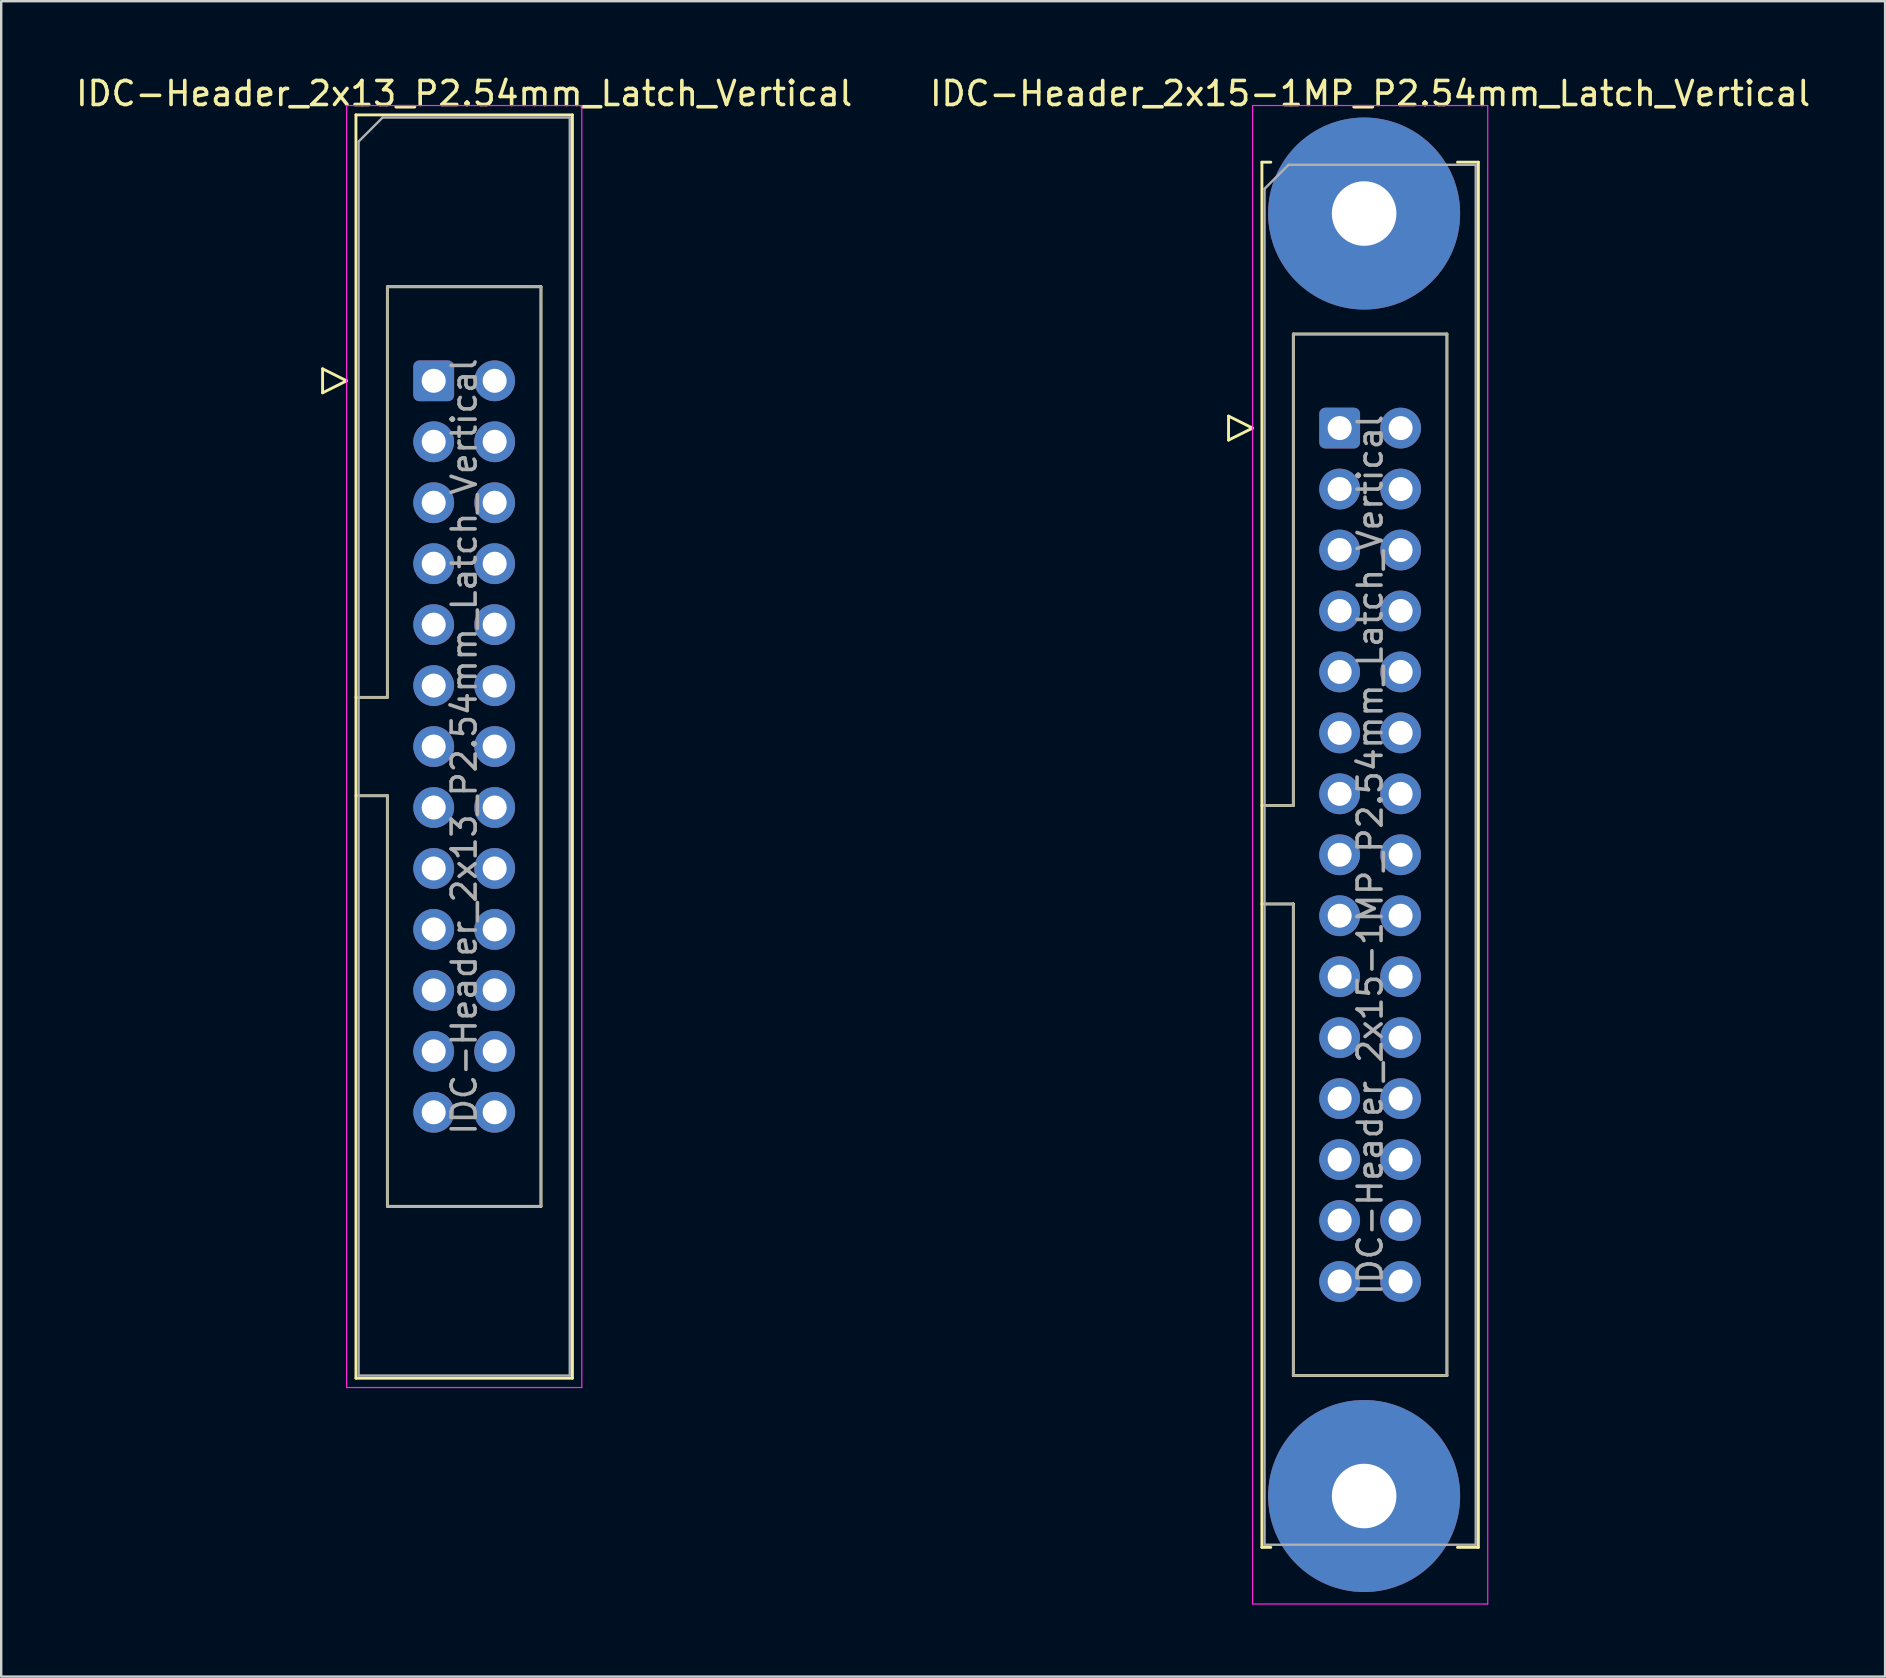
<source format=kicad_pcb>
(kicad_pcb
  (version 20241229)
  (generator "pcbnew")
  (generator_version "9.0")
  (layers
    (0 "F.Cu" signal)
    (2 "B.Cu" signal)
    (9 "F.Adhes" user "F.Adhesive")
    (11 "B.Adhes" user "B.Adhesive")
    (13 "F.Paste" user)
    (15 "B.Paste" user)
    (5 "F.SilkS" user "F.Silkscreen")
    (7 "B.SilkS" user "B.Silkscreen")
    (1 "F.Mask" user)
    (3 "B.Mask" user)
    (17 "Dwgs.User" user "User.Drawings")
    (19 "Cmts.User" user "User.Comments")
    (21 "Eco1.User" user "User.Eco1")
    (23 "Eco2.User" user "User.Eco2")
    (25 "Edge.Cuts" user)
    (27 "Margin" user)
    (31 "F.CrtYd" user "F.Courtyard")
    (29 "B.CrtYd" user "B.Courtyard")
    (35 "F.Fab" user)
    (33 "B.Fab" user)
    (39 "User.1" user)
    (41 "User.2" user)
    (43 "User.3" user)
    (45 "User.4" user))
  (footprint "IDC-Header_2x15-1MP_P2.54mm_Latch_Vertical"
    (layer "F.Cu")
    (at 52.772 14.788)
    (property "Reference" "IDC-Header_2x15-1MP_P2.54mm_Latch_Vertical" (at 1.27 -13.94 0) (layer "F.SilkS") (effects (font (size 1 1) (thickness 0.15))))
    (attr through_hole)
    (fp_line (start -4.63 -0.5) (end -4.63 0.5) (stroke (width 0.12) (type solid)) (layer "F.SilkS"))
    (fp_line (start -4.63 0.5) (end -3.63 0) (stroke (width 0.12) (type solid)) (layer "F.SilkS"))
    (fp_line (start -3.63 0) (end -4.63 -0.5) (stroke (width 0.12) (type solid)) (layer "F.SilkS"))
    (fp_line (start -3.24 -11.08) (end -3.24 46.64) (stroke (width 0.12) (type solid)) (layer "F.SilkS"))
    (fp_line (start -3.24 15.73) (end -1.93 15.73) (stroke (width 0.12) (type solid)) (layer "F.SilkS"))
    (fp_line (start -3.24 46.64) (end -2.87 46.64) (stroke (width 0.12) (type solid)) (layer "F.SilkS"))
    (fp_line (start -2.87 -11.08) (end -3.24 -11.08) (stroke (width 0.12) (type solid)) (layer "F.SilkS"))
    (fp_line (start -1.93 -3.92) (end 4.47 -3.92) (stroke (width 0.12) (type solid)) (layer "F.SilkS"))
    (fp_line (start -1.93 15.73) (end -1.93 -3.92) (stroke (width 0.12) (type solid)) (layer "F.SilkS"))
    (fp_line (start -1.93 19.83) (end -3.24 19.83) (stroke (width 0.12) (type solid)) (layer "F.SilkS"))
    (fp_line (start -1.93 19.83) (end -1.93 19.83) (stroke (width 0.12) (type solid)) (layer "F.SilkS"))
    (fp_line (start -1.93 39.48) (end -1.93 19.83) (stroke (width 0.12) (type solid)) (layer "F.SilkS"))
    (fp_line (start 4.47 -3.92) (end 4.47 39.48) (stroke (width 0.12) (type solid)) (layer "F.SilkS"))
    (fp_line (start 4.47 39.48) (end -1.93 39.48) (stroke (width 0.12) (type solid)) (layer "F.SilkS"))
    (fp_line (start 4.91 -11.08) (end 5.78 -11.08) (stroke (width 0.12) (type solid)) (layer "F.SilkS"))
    (fp_line (start 5.78 -11.08) (end 5.78 46.64) (stroke (width 0.12) (type solid)) (layer "F.SilkS"))
    (fp_line (start 5.78 46.64) (end 4.91 46.64) (stroke (width 0.12) (type solid)) (layer "F.SilkS"))
    (fp_line (start -3.63 -13.44) (end -3.63 49) (stroke (width 0.05) (type solid)) (layer "F.CrtYd"))
    (fp_line (start -3.63 49) (end 6.17 49) (stroke (width 0.05) (type solid)) (layer "F.CrtYd"))
    (fp_line (start 6.17 -13.44) (end -3.63 -13.44) (stroke (width 0.05) (type solid)) (layer "F.CrtYd"))
    (fp_line (start 6.17 49) (end 6.17 -13.44) (stroke (width 0.05) (type solid)) (layer "F.CrtYd"))
    (fp_line (start -3.13 -9.97) (end -2.13 -10.97) (stroke (width 0.1) (type solid)) (layer "F.Fab"))
    (fp_line (start -3.13 15.73) (end -1.93 15.73) (stroke (width 0.1) (type solid)) (layer "F.Fab"))
    (fp_line (start -3.13 46.53) (end -3.13 -9.97) (stroke (width 0.1) (type solid)) (layer "F.Fab"))
    (fp_line (start -2.13 -10.97) (end 5.67 -10.97) (stroke (width 0.1) (type solid)) (layer "F.Fab"))
    (fp_line (start -1.93 -3.92) (end 4.47 -3.92) (stroke (width 0.1) (type solid)) (layer "F.Fab"))
    (fp_line (start -1.93 15.73) (end -1.93 -3.92) (stroke (width 0.1) (type solid)) (layer "F.Fab"))
    (fp_line (start -1.93 19.83) (end -3.13 19.83) (stroke (width 0.1) (type solid)) (layer "F.Fab"))
    (fp_line (start -1.93 19.83) (end -1.93 19.83) (stroke (width 0.1) (type solid)) (layer "F.Fab"))
    (fp_line (start -1.93 39.48) (end -1.93 19.83) (stroke (width 0.1) (type solid)) (layer "F.Fab"))
    (fp_line (start 4.47 -3.92) (end 4.47 39.48) (stroke (width 0.1) (type solid)) (layer "F.Fab"))
    (fp_line (start 4.47 39.48) (end -1.93 39.48) (stroke (width 0.1) (type solid)) (layer "F.Fab"))
    (fp_line (start 5.67 -10.97) (end 5.67 46.53) (stroke (width 0.1) (type solid)) (layer "F.Fab"))
    (fp_line (start 5.67 46.53) (end -3.13 46.53) (stroke (width 0.1) (type solid)) (layer "F.Fab"))
    (fp_text user "${REFERENCE}" (at 1.27 17.78 90) (layer "F.Fab") (effects (font (size 1 1) (thickness 0.15))))
    (pad "1" thru_hole roundrect (at 0 0) (size 1.7 1.7) (drill 1) (layers "*.Cu" "*.Mask") (roundrect_rratio 0.147))
    (pad "2" thru_hole circle (at 2.54 0) (size 1.7 1.7) (drill 1) (layers "*.Cu" "*.Mask"))
    (pad "3" thru_hole circle (at 0 2.54) (size 1.7 1.7) (drill 1) (layers "*.Cu" "*.Mask"))
    (pad "4" thru_hole circle (at 2.54 2.54) (size 1.7 1.7) (drill 1) (layers "*.Cu" "*.Mask"))
    (pad "5" thru_hole circle (at 0 5.08) (size 1.7 1.7) (drill 1) (layers "*.Cu" "*.Mask"))
    (pad "6" thru_hole circle (at 2.54 5.08) (size 1.7 1.7) (drill 1) (layers "*.Cu" "*.Mask"))
    (pad "7" thru_hole circle (at 0 7.62) (size 1.7 1.7) (drill 1) (layers "*.Cu" "*.Mask"))
    (pad "8" thru_hole circle (at 2.54 7.62) (size 1.7 1.7) (drill 1) (layers "*.Cu" "*.Mask"))
    (pad "9" thru_hole circle (at 0 10.16) (size 1.7 1.7) (drill 1) (layers "*.Cu" "*.Mask"))
    (pad "10" thru_hole circle (at 2.54 10.16) (size 1.7 1.7) (drill 1) (layers "*.Cu" "*.Mask"))
    (pad "11" thru_hole circle (at 0 12.7) (size 1.7 1.7) (drill 1) (layers "*.Cu" "*.Mask"))
    (pad "12" thru_hole circle (at 2.54 12.7) (size 1.7 1.7) (drill 1) (layers "*.Cu" "*.Mask"))
    (pad "13" thru_hole circle (at 0 15.24) (size 1.7 1.7) (drill 1) (layers "*.Cu" "*.Mask"))
    (pad "14" thru_hole circle (at 2.54 15.24) (size 1.7 1.7) (drill 1) (layers "*.Cu" "*.Mask"))
    (pad "15" thru_hole circle (at 0 17.78) (size 1.7 1.7) (drill 1) (layers "*.Cu" "*.Mask"))
    (pad "16" thru_hole circle (at 2.54 17.78) (size 1.7 1.7) (drill 1) (layers "*.Cu" "*.Mask"))
    (pad "17" thru_hole circle (at 0 20.32) (size 1.7 1.7) (drill 1) (layers "*.Cu" "*.Mask"))
    (pad "18" thru_hole circle (at 2.54 20.32) (size 1.7 1.7) (drill 1) (layers "*.Cu" "*.Mask"))
    (pad "19" thru_hole circle (at 0 22.86) (size 1.7 1.7) (drill 1) (layers "*.Cu" "*.Mask"))
    (pad "20" thru_hole circle (at 2.54 22.86) (size 1.7 1.7) (drill 1) (layers "*.Cu" "*.Mask"))
    (pad "21" thru_hole circle (at 0 25.4) (size 1.7 1.7) (drill 1) (layers "*.Cu" "*.Mask"))
    (pad "22" thru_hole circle (at 2.54 25.4) (size 1.7 1.7) (drill 1) (layers "*.Cu" "*.Mask"))
    (pad "23" thru_hole circle (at 0 27.94) (size 1.7 1.7) (drill 1) (layers "*.Cu" "*.Mask"))
    (pad "24" thru_hole circle (at 2.54 27.94) (size 1.7 1.7) (drill 1) (layers "*.Cu" "*.Mask"))
    (pad "25" thru_hole circle (at 0 30.48) (size 1.7 1.7) (drill 1) (layers "*.Cu" "*.Mask"))
    (pad "26" thru_hole circle (at 2.54 30.48) (size 1.7 1.7) (drill 1) (layers "*.Cu" "*.Mask"))
    (pad "27" thru_hole circle (at 0 33.02) (size 1.7 1.7) (drill 1) (layers "*.Cu" "*.Mask"))
    (pad "28" thru_hole circle (at 2.54 33.02) (size 1.7 1.7) (drill 1) (layers "*.Cu" "*.Mask"))
    (pad "29" thru_hole circle (at 0 35.56) (size 1.7 1.7) (drill 1) (layers "*.Cu" "*.Mask"))
    (pad "30" thru_hole circle (at 2.54 35.56) (size 1.7 1.7) (drill 1) (layers "*.Cu" "*.Mask"))
    (pad "MP" thru_hole circle (at 1.02 -8.94) (size 8 8) (drill 2.69) (layers "*.Cu" "*.Mask"))
    (pad "MP" thru_hole circle (at 1.02 44.5) (size 8 8) (drill 2.69) (layers "*.Cu" "*.Mask")))
  (footprint "IDC-Header_2x13_P2.54mm_Latch_Vertical"
    (layer "F.Cu")
    (at 15.022 12.818)
    (property "Reference" "IDC-Header_2x13_P2.54mm_Latch_Vertical" (at 1.27 -11.97 0) (layer "F.SilkS") (effects (font (size 1 1) (thickness 0.15))))
    (attr through_hole)
    (fp_line (start -4.63 -0.5) (end -4.63 0.5) (stroke (width 0.12) (type solid)) (layer "F.SilkS"))
    (fp_line (start -4.63 0.5) (end -3.63 0) (stroke (width 0.12) (type solid)) (layer "F.SilkS"))
    (fp_line (start -3.63 0) (end -4.63 -0.5) (stroke (width 0.12) (type solid)) (layer "F.SilkS"))
    (fp_line (start -3.24 -11.08) (end 5.78 -11.08) (stroke (width 0.12) (type solid)) (layer "F.SilkS"))
    (fp_line (start -3.24 13.19) (end -1.93 13.19) (stroke (width 0.12) (type solid)) (layer "F.SilkS"))
    (fp_line (start -3.24 41.56) (end -3.24 -11.08) (stroke (width 0.12) (type solid)) (layer "F.SilkS"))
    (fp_line (start -1.93 -3.92) (end 4.47 -3.92) (stroke (width 0.12) (type solid)) (layer "F.SilkS"))
    (fp_line (start -1.93 13.19) (end -1.93 -3.92) (stroke (width 0.12) (type solid)) (layer "F.SilkS"))
    (fp_line (start -1.93 17.29) (end -3.24 17.29) (stroke (width 0.12) (type solid)) (layer "F.SilkS"))
    (fp_line (start -1.93 17.29) (end -1.93 17.29) (stroke (width 0.12) (type solid)) (layer "F.SilkS"))
    (fp_line (start -1.93 34.4) (end -1.93 17.29) (stroke (width 0.12) (type solid)) (layer "F.SilkS"))
    (fp_line (start 4.47 -3.92) (end 4.47 34.4) (stroke (width 0.12) (type solid)) (layer "F.SilkS"))
    (fp_line (start 4.47 34.4) (end -1.93 34.4) (stroke (width 0.12) (type solid)) (layer "F.SilkS"))
    (fp_line (start 5.78 -11.08) (end 5.78 41.56) (stroke (width 0.12) (type solid)) (layer "F.SilkS"))
    (fp_line (start 5.78 41.56) (end -3.24 41.56) (stroke (width 0.12) (type solid)) (layer "F.SilkS"))
    (fp_line (start -3.63 -11.47) (end -3.63 41.95) (stroke (width 0.05) (type solid)) (layer "F.CrtYd"))
    (fp_line (start -3.63 41.95) (end 6.17 41.95) (stroke (width 0.05) (type solid)) (layer "F.CrtYd"))
    (fp_line (start 6.17 -11.47) (end -3.63 -11.47) (stroke (width 0.05) (type solid)) (layer "F.CrtYd"))
    (fp_line (start 6.17 41.95) (end 6.17 -11.47) (stroke (width 0.05) (type solid)) (layer "F.CrtYd"))
    (fp_line (start -3.13 -9.97) (end -2.13 -10.97) (stroke (width 0.1) (type solid)) (layer "F.Fab"))
    (fp_line (start -3.13 13.19) (end -1.93 13.19) (stroke (width 0.1) (type solid)) (layer "F.Fab"))
    (fp_line (start -3.13 41.45) (end -3.13 -9.97) (stroke (width 0.1) (type solid)) (layer "F.Fab"))
    (fp_line (start -2.13 -10.97) (end 5.67 -10.97) (stroke (width 0.1) (type solid)) (layer "F.Fab"))
    (fp_line (start -1.93 -3.92) (end 4.47 -3.92) (stroke (width 0.1) (type solid)) (layer "F.Fab"))
    (fp_line (start -1.93 13.19) (end -1.93 -3.92) (stroke (width 0.1) (type solid)) (layer "F.Fab"))
    (fp_line (start -1.93 17.29) (end -3.13 17.29) (stroke (width 0.1) (type solid)) (layer "F.Fab"))
    (fp_line (start -1.93 17.29) (end -1.93 17.29) (stroke (width 0.1) (type solid)) (layer "F.Fab"))
    (fp_line (start -1.93 34.4) (end -1.93 17.29) (stroke (width 0.1) (type solid)) (layer "F.Fab"))
    (fp_line (start 4.47 -3.92) (end 4.47 34.4) (stroke (width 0.1) (type solid)) (layer "F.Fab"))
    (fp_line (start 4.47 34.4) (end -1.93 34.4) (stroke (width 0.1) (type solid)) (layer "F.Fab"))
    (fp_line (start 5.67 -10.97) (end 5.67 41.45) (stroke (width 0.1) (type solid)) (layer "F.Fab"))
    (fp_line (start 5.67 41.45) (end -3.13 41.45) (stroke (width 0.1) (type solid)) (layer "F.Fab"))
    (fp_text user "${REFERENCE}" (at 1.27 15.24 90) (layer "F.Fab") (effects (font (size 1 1) (thickness 0.15))))
    (pad "1" thru_hole roundrect (at 0 0) (size 1.7 1.7) (drill 1) (layers "*.Cu" "*.Mask") (roundrect_rratio 0.147))
    (pad "2" thru_hole circle (at 2.54 0) (size 1.7 1.7) (drill 1) (layers "*.Cu" "*.Mask"))
    (pad "3" thru_hole circle (at 0 2.54) (size 1.7 1.7) (drill 1) (layers "*.Cu" "*.Mask"))
    (pad "4" thru_hole circle (at 2.54 2.54) (size 1.7 1.7) (drill 1) (layers "*.Cu" "*.Mask"))
    (pad "5" thru_hole circle (at 0 5.08) (size 1.7 1.7) (drill 1) (layers "*.Cu" "*.Mask"))
    (pad "6" thru_hole circle (at 2.54 5.08) (size 1.7 1.7) (drill 1) (layers "*.Cu" "*.Mask"))
    (pad "7" thru_hole circle (at 0 7.62) (size 1.7 1.7) (drill 1) (layers "*.Cu" "*.Mask"))
    (pad "8" thru_hole circle (at 2.54 7.62) (size 1.7 1.7) (drill 1) (layers "*.Cu" "*.Mask"))
    (pad "9" thru_hole circle (at 0 10.16) (size 1.7 1.7) (drill 1) (layers "*.Cu" "*.Mask"))
    (pad "10" thru_hole circle (at 2.54 10.16) (size 1.7 1.7) (drill 1) (layers "*.Cu" "*.Mask"))
    (pad "11" thru_hole circle (at 0 12.7) (size 1.7 1.7) (drill 1) (layers "*.Cu" "*.Mask"))
    (pad "12" thru_hole circle (at 2.54 12.7) (size 1.7 1.7) (drill 1) (layers "*.Cu" "*.Mask"))
    (pad "13" thru_hole circle (at 0 15.24) (size 1.7 1.7) (drill 1) (layers "*.Cu" "*.Mask"))
    (pad "14" thru_hole circle (at 2.54 15.24) (size 1.7 1.7) (drill 1) (layers "*.Cu" "*.Mask"))
    (pad "15" thru_hole circle (at 0 17.78) (size 1.7 1.7) (drill 1) (layers "*.Cu" "*.Mask"))
    (pad "16" thru_hole circle (at 2.54 17.78) (size 1.7 1.7) (drill 1) (layers "*.Cu" "*.Mask"))
    (pad "17" thru_hole circle (at 0 20.32) (size 1.7 1.7) (drill 1) (layers "*.Cu" "*.Mask"))
    (pad "18" thru_hole circle (at 2.54 20.32) (size 1.7 1.7) (drill 1) (layers "*.Cu" "*.Mask"))
    (pad "19" thru_hole circle (at 0 22.86) (size 1.7 1.7) (drill 1) (layers "*.Cu" "*.Mask"))
    (pad "20" thru_hole circle (at 2.54 22.86) (size 1.7 1.7) (drill 1) (layers "*.Cu" "*.Mask"))
    (pad "21" thru_hole circle (at 0 25.4) (size 1.7 1.7) (drill 1) (layers "*.Cu" "*.Mask"))
    (pad "22" thru_hole circle (at 2.54 25.4) (size 1.7 1.7) (drill 1) (layers "*.Cu" "*.Mask"))
    (pad "23" thru_hole circle (at 0 27.94) (size 1.7 1.7) (drill 1) (layers "*.Cu" "*.Mask"))
    (pad "24" thru_hole circle (at 2.54 27.94) (size 1.7 1.7) (drill 1) (layers "*.Cu" "*.Mask"))
    (pad "25" thru_hole circle (at 0 30.48) (size 1.7 1.7) (drill 1) (layers "*.Cu" "*.Mask"))
    (pad "26" thru_hole circle (at 2.54 30.48) (size 1.7 1.7) (drill 1) (layers "*.Cu" "*.Mask")))
  (gr_rect
    (start -3 -3)
    (end 75.5 66.813)
    (stroke (width 0.1) (type default))
    (fill no)
    (layer "Edge.Cuts")))
</source>
